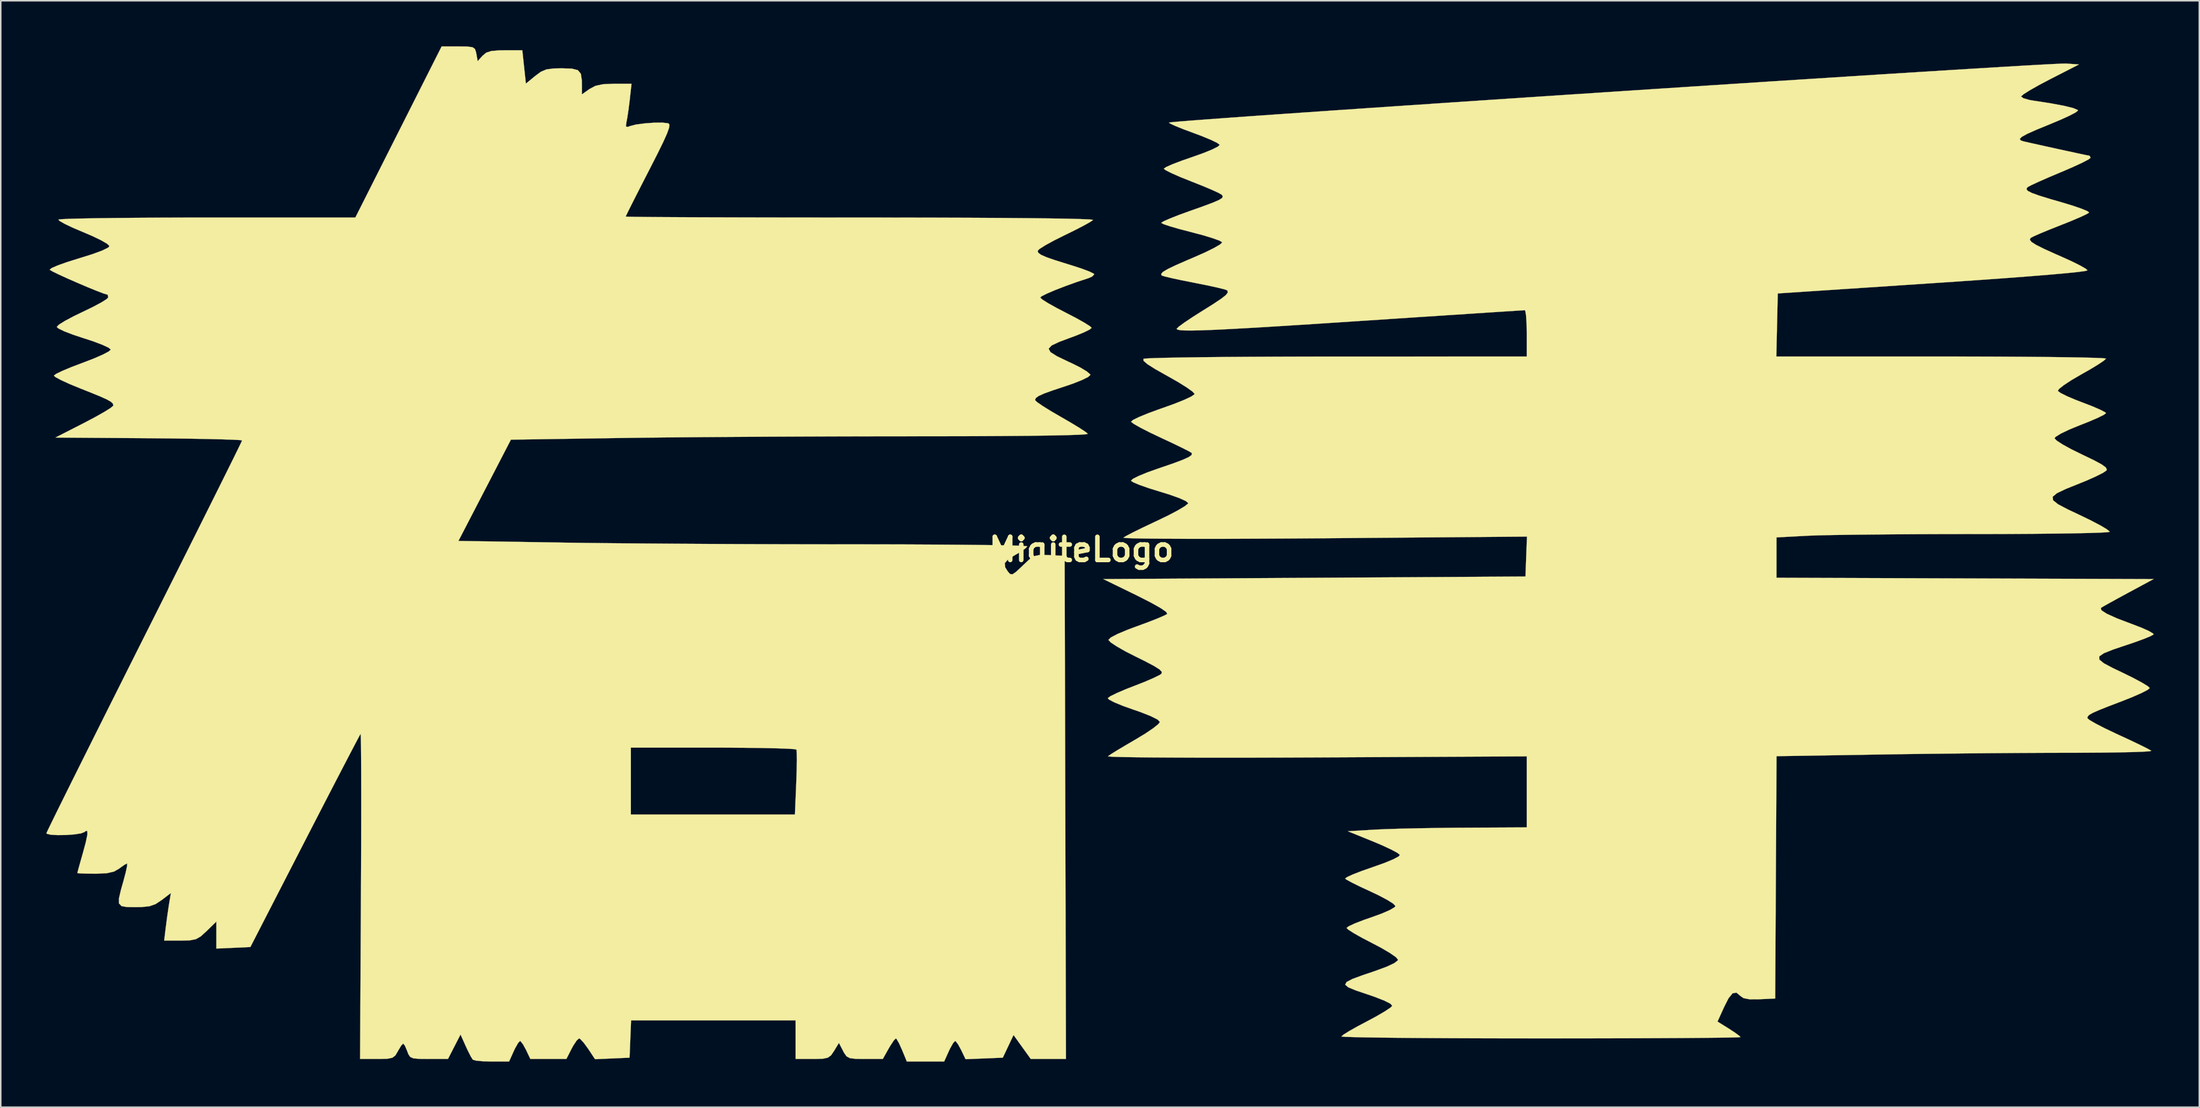
<source format=kicad_pcb>
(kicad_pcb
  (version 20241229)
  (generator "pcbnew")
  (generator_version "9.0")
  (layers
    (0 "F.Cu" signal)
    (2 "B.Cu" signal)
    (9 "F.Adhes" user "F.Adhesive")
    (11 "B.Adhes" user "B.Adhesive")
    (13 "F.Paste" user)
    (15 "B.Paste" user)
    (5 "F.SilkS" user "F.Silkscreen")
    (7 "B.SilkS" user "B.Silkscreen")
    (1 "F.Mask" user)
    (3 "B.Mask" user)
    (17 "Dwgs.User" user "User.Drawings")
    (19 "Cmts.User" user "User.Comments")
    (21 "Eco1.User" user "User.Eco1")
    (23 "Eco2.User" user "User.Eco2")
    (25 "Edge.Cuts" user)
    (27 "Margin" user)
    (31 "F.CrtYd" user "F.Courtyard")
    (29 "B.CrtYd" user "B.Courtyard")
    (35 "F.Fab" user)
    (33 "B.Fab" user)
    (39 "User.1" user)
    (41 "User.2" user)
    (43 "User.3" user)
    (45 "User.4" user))
  (footprint "MigiteLogo"
    (layer "F.Cu")
    (at 68.077 33.11)
    (property "Reference" "MigiteLogo" (at 0 0 0) (layer "F.SilkS") (effects (font (size 1.524 1.524) (thickness 0.3))))
    (attr through_hole)
    (fp_poly (pts (xy -40.388 -33.097) (xy -40.051 -33.053) (xy -39.887 -32.938) (xy -39.813 -32.717) (xy -39.795 -32.62) (xy -39.709 -32.136) (xy -39.386 -32.493) (xy -39.147 -32.693) (xy -38.818 -32.802) (xy -38.302 -32.846) (xy -37.918 -32.851) (xy -36.772 -32.851) (xy -36.655 -31.754) (xy -36.537 -30.657) (xy -35.925 -31.161) (xy -35.547 -31.44) (xy -35.186 -31.592) (xy -34.716 -31.655) (xy -34.185 -31.665) (xy -33.518 -31.645) (xy -33.12 -31.544) (xy -32.922 -31.305) (xy -32.856 -30.87) (xy -32.851 -30.539) (xy -32.851 -29.949) (xy -32.359 -30.299) (xy -31.966 -30.509) (xy -31.466 -30.618) (xy -30.747 -30.649) (xy -30.728 -30.649) (xy -29.59 -30.649) (xy -29.706 -29.591) (xy -29.785 -28.957) (xy -29.868 -28.406) (xy -29.923 -28.124) (xy -29.961 -27.839) (xy -29.83 -27.808) (xy -29.701 -27.86) (xy -29.322 -27.96) (xy -28.753 -28.038) (xy -28.122 -28.085) (xy -27.555 -28.091) (xy -27.181 -28.048) (xy -27.158 -28.04) (xy -27.094 -27.951) (xy -27.121 -27.74) (xy -27.252 -27.373) (xy -27.503 -26.814) (xy -27.888 -26.029) (xy -28.421 -24.983) (xy -28.435 -24.956) (xy -28.905 -24.041) (xy -29.317 -23.232) (xy -29.647 -22.578) (xy -29.873 -22.123) (xy -29.97 -21.915) (xy -29.972 -21.908) (xy -29.807 -21.899) (xy -29.326 -21.89) (xy -28.555 -21.881) (xy -27.516 -21.873) (xy -26.234 -21.866) (xy -24.731 -21.86) (xy -23.033 -21.855) (xy -21.162 -21.85) (xy -19.143 -21.847) (xy -16.998 -21.845) (xy -14.753 -21.844) (xy -14.553 -21.844) (xy -11.894 -21.842) (xy -9.45 -21.837) (xy -7.235 -21.829) (xy -5.261 -21.818) (xy -3.543 -21.804) (xy -2.092 -21.787) (xy -0.923 -21.767) (xy -0.05 -21.745) (xy 0.516 -21.721) (xy 0.76 -21.694) (xy 0.769 -21.686) (xy 0.586 -21.555) (xy 0.16 -21.316) (xy -0.444 -21.004) (xy -1.103 -20.681) (xy -1.802 -20.332) (xy -2.371 -20.02) (xy -2.75 -19.779) (xy -2.879 -19.649) (xy -2.831 -19.524) (xy -2.658 -19.395) (xy -2.311 -19.241) (xy -1.744 -19.043) (xy -0.91 -18.781) (xy -0.635 -18.697) (xy 0.015 -18.486) (xy 0.519 -18.296) (xy 0.807 -18.154) (xy 0.847 -18.11) (xy 0.706 -17.96) (xy 0.466 -17.854) (xy -0.277 -17.611) (xy -1.025 -17.342) (xy -1.71 -17.077) (xy -2.263 -16.841) (xy -2.617 -16.662) (xy -2.709 -16.58) (xy -2.567 -16.448) (xy -2.181 -16.205) (xy -1.612 -15.888) (xy -1.016 -15.579) (xy -0.338 -15.226) (xy 0.21 -14.918) (xy 0.568 -14.69) (xy 0.677 -14.584) (xy 0.529 -14.464) (xy 0.135 -14.272) (xy -0.43 -14.044) (xy -0.635 -13.969) (xy -1.454 -13.664) (xy -1.96 -13.424) (xy -2.153 -13.212) (xy -2.033 -12.988) (xy -1.601 -12.716) (xy -0.856 -12.358) (xy -0.649 -12.264) (xy -0.071 -11.976) (xy 0.364 -11.713) (xy 0.581 -11.522) (xy 0.593 -11.488) (xy 0.442 -11.35) (xy 0.034 -11.148) (xy -0.563 -10.912) (xy -1.016 -10.757) (xy -1.876 -10.473) (xy -2.46 -10.261) (xy -2.817 -10.099) (xy -2.997 -9.964) (xy -3.048 -9.835) (xy -3.048 -9.829) (xy -2.909 -9.695) (xy -2.533 -9.436) (xy -1.977 -9.091) (xy -1.361 -8.733) (xy -0.681 -8.339) (xy -0.113 -7.993) (xy 0.278 -7.736) (xy 0.427 -7.614) (xy 0.282 -7.58) (xy -0.194 -7.549) (xy -0.989 -7.523) (xy -2.097 -7.5) (xy -3.507 -7.481) (xy -5.21 -7.467) (xy -7.198 -7.457) (xy -9.461 -7.452) (xy -11.138 -7.451) (xy -13.362 -7.449) (xy -15.691 -7.444) (xy -18.069 -7.435) (xy -20.44 -7.424) (xy -22.748 -7.41) (xy -24.939 -7.395) (xy -26.955 -7.377) (xy -28.741 -7.358) (xy -30.163 -7.339) (xy -37.522 -7.227) (xy -39.247 -3.895) (xy -40.973 -0.563) (xy -33.991 -0.451) (xy -32.551 -0.431) (xy -30.827 -0.412) (xy -28.871 -0.395) (xy -26.739 -0.379) (xy -24.482 -0.365) (xy -22.156 -0.354) (xy -19.814 -0.346) (xy -17.509 -0.341) (xy -15.296 -0.339) (xy -15.282 -0.339) (xy -13.323 -0.337) (xy -11.467 -0.332) (xy -9.74 -0.323) (xy -8.171 -0.312) (xy -6.785 -0.298) (xy -5.611 -0.282) (xy -4.676 -0.264) (xy -4.007 -0.244) (xy -3.63 -0.223) (xy -3.556 -0.208) (xy -3.692 -0.06) (xy -4.04 0.178) (xy -4.318 0.339) (xy -4.819 0.645) (xy -5.038 0.9) (xy -5.009 1.176) (xy -4.837 1.449) (xy -4.689 1.616) (xy -4.536 1.636) (xy -4.304 1.479) (xy -3.917 1.117) (xy -3.847 1.049) (xy -3.419 0.648) (xy -3.094 0.435) (xy -2.737 0.359) (xy -2.213 0.366) (xy -2.101 0.372) (xy -1.101 0.423) (xy -1.058 16.976) (xy -1.014 33.528) (xy -3.329 33.528) (xy -3.896 32.739) (xy -4.462 31.951) (xy -5.168 33.443) (xy -6.393 33.493) (xy -7.618 33.543) (xy -7.905 32.943) (xy -8.112 32.561) (xy -8.275 32.355) (xy -8.303 32.343) (xy -8.434 32.482) (xy -8.633 32.834) (xy -8.721 33.02) (xy -9.026 33.697) (xy -11.481 33.697) (xy -11.794 32.936) (xy -11.994 32.494) (xy -12.152 32.219) (xy -12.203 32.174) (xy -12.335 32.307) (xy -12.56 32.646) (xy -12.68 32.851) (xy -13.06 33.528) (xy -14.23 33.528) (xy -14.85 33.52) (xy -15.224 33.474) (xy -15.444 33.356) (xy -15.604 33.132) (xy -15.674 33) (xy -15.947 32.471) (xy -16.268 33) (xy -16.463 33.285) (xy -16.676 33.443) (xy -17.007 33.512) (xy -17.557 33.528) (xy -17.693 33.528) (xy -18.796 33.528) (xy -18.796 30.988) (xy -29.618 30.988) (xy -29.668 32.216) (xy -29.718 33.443) (xy -30.854 33.493) (xy -31.989 33.543) (xy -32.442 32.858) (xy -32.734 32.459) (xy -32.966 32.212) (xy -33.039 32.173) (xy -33.195 32.311) (xy -33.423 32.657) (xy -33.528 32.851) (xy -33.874 33.528) (xy -36.243 33.528) (xy -36.525 32.935) (xy -36.732 32.557) (xy -36.894 32.354) (xy -36.92 32.343) (xy -37.051 32.482) (xy -37.25 32.834) (xy -37.338 33.02) (xy -37.643 33.697) (xy -38.775 33.697) (xy -39.367 33.68) (xy -39.819 33.636) (xy -40.027 33.576) (xy -40.163 33.361) (xy -40.371 32.949) (xy -40.492 32.687) (xy -40.836 31.919) (xy -41.249 32.724) (xy -41.662 33.528) (xy -42.913 33.528) (xy -43.555 33.522) (xy -43.94 33.486) (xy -44.152 33.389) (xy -44.272 33.203) (xy -44.34 33.02) (xy -44.487 32.669) (xy -44.602 32.513) (xy -44.606 32.512) (xy -44.736 32.646) (xy -44.934 32.974) (xy -44.958 33.02) (xy -45.12 33.293) (xy -45.313 33.445) (xy -45.633 33.512) (xy -46.174 33.528) (xy -46.332 33.528) (xy -47.443 33.528) (xy -47.386 22.789) (xy -47.377 20.92) (xy -47.371 19.155) (xy -47.368 17.525) (xy -47.368 16.058) (xy -47.37 14.78) (xy -47.375 13.721) (xy -47.381 13.039) (xy -29.633 13.039) (xy -29.633 17.441) (xy -18.842 17.441) (xy -18.754 15.367) (xy -18.726 14.559) (xy -18.714 13.877) (xy -18.719 13.39) (xy -18.74 13.168) (xy -18.741 13.166) (xy -18.923 13.135) (xy -19.402 13.107) (xy -20.138 13.082) (xy -21.09 13.062) (xy -22.217 13.048) (xy -23.479 13.04) (xy -24.225 13.039) (xy -29.633 13.039) (xy -47.381 13.039) (xy -47.382 12.909) (xy -47.392 12.372) (xy -47.405 12.138) (xy -47.408 12.131) (xy -47.5 12.293) (xy -47.73 12.727) (xy -48.083 13.401) (xy -48.544 14.287) (xy -49.098 15.354) (xy -49.727 16.571) (xy -50.417 17.91) (xy -51.074 19.186) (xy -54.659 26.162) (xy -55.778 26.212) (xy -56.896 26.262) (xy -56.896 25.373) (xy -56.896 24.485) (xy -57.538 25.112) (xy -57.918 25.458) (xy -58.242 25.645) (xy -58.64 25.723) (xy -59.244 25.739) (xy -59.255 25.739) (xy -60.329 25.739) (xy -60.221 24.85) (xy -60.133 24.176) (xy -60.036 23.511) (xy -60 23.283) (xy -59.886 22.606) (xy -60.496 23.072) (xy -60.895 23.336) (xy -61.295 23.477) (xy -61.828 23.532) (xy -62.219 23.537) (xy -62.784 23.53) (xy -63.135 23.468) (xy -63.299 23.294) (xy -63.301 22.951) (xy -63.168 22.38) (xy -63.004 21.801) (xy -62.855 21.24) (xy -62.769 20.832) (xy -62.762 20.66) (xy -62.766 20.659) (xy -62.946 20.753) (xy -63.264 20.981) (xy -63.284 20.997) (xy -63.626 21.195) (xy -64.081 21.301) (xy -64.753 21.335) (xy -64.878 21.336) (xy -65.456 21.33) (xy -65.872 21.315) (xy -66.04 21.294) (xy -66.04 21.293) (xy -65.997 21.122) (xy -65.884 20.71) (xy -65.723 20.142) (xy -65.701 20.066) (xy -65.485 19.266) (xy -65.379 18.76) (xy -65.383 18.522) (xy -65.494 18.529) (xy -65.566 18.593) (xy -65.804 18.684) (xy -66.246 18.751) (xy -66.791 18.79) (xy -67.34 18.797) (xy -67.792 18.771) (xy -68.047 18.707) (xy -68.072 18.671) (xy -67.998 18.505) (xy -67.782 18.058) (xy -67.437 17.353) (xy -66.972 16.412) (xy -66.4 15.258) (xy -65.73 13.913) (xy -64.975 12.4) (xy -64.146 10.739) (xy -63.252 8.955) (xy -62.307 7.068) (xy -61.637 5.735) (xy -60.662 3.793) (xy -59.732 1.938) (xy -58.858 0.192) (xy -58.051 -1.422) (xy -57.322 -2.883) (xy -56.682 -4.167) (xy -56.143 -5.252) (xy -55.715 -6.117) (xy -55.41 -6.74) (xy -55.238 -7.097) (xy -55.203 -7.177) (xy -55.366 -7.201) (xy -55.83 -7.225) (xy -56.557 -7.249) (xy -57.51 -7.272) (xy -58.652 -7.292) (xy -59.943 -7.309) (xy -61.341 -7.322) (xy -67.479 -7.366) (xy -65.574 -8.341) (xy -64.854 -8.722) (xy -64.258 -9.059) (xy -63.845 -9.318) (xy -63.671 -9.466) (xy -63.669 -9.474) (xy -63.702 -9.596) (xy -63.832 -9.722) (xy -64.107 -9.878) (xy -64.575 -10.087) (xy -65.284 -10.376) (xy -65.836 -10.594) (xy -66.538 -10.883) (xy -67.106 -11.143) (xy -67.475 -11.342) (xy -67.585 -11.441) (xy -67.434 -11.557) (xy -67.026 -11.755) (xy -66.423 -12.007) (xy -65.711 -12.277) (xy -64.979 -12.558) (xy -64.381 -12.818) (xy -63.98 -13.027) (xy -63.839 -13.155) (xy -63.991 -13.282) (xy -64.403 -13.474) (xy -65.008 -13.702) (xy -65.617 -13.901) (xy -66.334 -14.139) (xy -66.913 -14.363) (xy -67.287 -14.546) (xy -67.395 -14.649) (xy -67.25 -14.797) (xy -66.857 -15.043) (xy -66.28 -15.351) (xy -65.701 -15.63) (xy -65.018 -15.96) (xy -64.467 -16.255) (xy -64.111 -16.479) (xy -64.008 -16.587) (xy -64.04 -16.761) (xy -64.05 -16.767) (xy -64.289 -16.836) (xy -64.745 -17.009) (xy -65.344 -17.253) (xy -66.01 -17.536) (xy -66.669 -17.825) (xy -67.246 -18.088) (xy -67.667 -18.293) (xy -67.856 -18.407) (xy -67.86 -18.413) (xy -67.729 -18.521) (xy -67.331 -18.694) (xy -66.728 -18.91) (xy -65.978 -19.145) (xy -65.919 -19.163) (xy -65.058 -19.432) (xy -64.412 -19.67) (xy -64.023 -19.86) (xy -63.923 -19.965) (xy -64.071 -20.112) (xy -64.471 -20.345) (xy -65.06 -20.629) (xy -65.647 -20.88) (xy -66.332 -21.171) (xy -66.872 -21.428) (xy -67.208 -21.621) (xy -67.288 -21.711) (xy -67.108 -21.735) (xy -66.62 -21.758) (xy -65.853 -21.779) (xy -64.839 -21.798) (xy -63.607 -21.814) (xy -62.188 -21.827) (xy -60.612 -21.837) (xy -58.909 -21.843) (xy -57.481 -21.844) (xy -47.756 -21.844) (xy -44.918 -27.474) (xy -42.079 -33.105) (xy -40.98 -33.105) (xy -40.388 -33.097)) (stroke (width 0.01) (type solid)) (fill yes) (layer "F.SilkS"))
    (fp_poly (pts (xy 64.77 -31.977) (xy 65.617 -31.919) (xy 63.712 -30.944) (xy 62.991 -30.564) (xy 62.396 -30.227) (xy 61.982 -29.967) (xy 61.809 -29.82) (xy 61.807 -29.812) (xy 61.958 -29.698) (xy 62.343 -29.586) (xy 62.611 -29.539) (xy 63.739 -29.365) (xy 64.617 -29.201) (xy 65.22 -29.054) (xy 65.521 -28.93) (xy 65.552 -28.885) (xy 65.405 -28.765) (xy 65.005 -28.553) (xy 64.413 -28.282) (xy 63.732 -27.997) (xy 62.821 -27.623) (xy 62.2 -27.345) (xy 61.842 -27.146) (xy 61.719 -27.007) (xy 61.804 -26.909) (xy 61.994 -26.851) (xy 62.621 -26.71) (xy 63.364 -26.545) (xy 64.149 -26.372) (xy 64.907 -26.207) (xy 65.566 -26.064) (xy 66.054 -25.96) (xy 66.301 -25.91) (xy 66.317 -25.908) (xy 66.379 -25.782) (xy 66.379 -25.773) (xy 66.231 -25.661) (xy 65.829 -25.452) (xy 65.23 -25.174) (xy 64.494 -24.856) (xy 64.389 -24.813) (xy 63.621 -24.488) (xy 62.963 -24.199) (xy 62.48 -23.975) (xy 62.24 -23.846) (xy 62.231 -23.84) (xy 62.16 -23.725) (xy 62.239 -23.606) (xy 62.507 -23.466) (xy 63.001 -23.288) (xy 63.76 -23.054) (xy 64.453 -22.854) (xy 65.191 -22.631) (xy 65.783 -22.427) (xy 66.169 -22.267) (xy 66.287 -22.172) (xy 66.105 -22.06) (xy 65.672 -21.859) (xy 65.055 -21.598) (xy 64.386 -21.331) (xy 63.654 -21.04) (xy 63.037 -20.785) (xy 62.607 -20.593) (xy 62.434 -20.499) (xy 62.385 -20.383) (xy 62.494 -20.238) (xy 62.799 -20.043) (xy 63.335 -19.775) (xy 64.139 -19.412) (xy 64.44 -19.281) (xy 65.132 -18.967) (xy 65.696 -18.687) (xy 66.066 -18.474) (xy 66.179 -18.373) (xy 66.021 -18.325) (xy 65.538 -18.26) (xy 64.745 -18.179) (xy 63.655 -18.082) (xy 62.283 -17.971) (xy 60.641 -17.847) (xy 58.745 -17.712) (xy 56.607 -17.566) (xy 56.01 -17.526) (xy 45.805 -16.849) (xy 45.757 -14.774) (xy 45.71 -12.7) (xy 56.552 -12.7) (xy 58.434 -12.698) (xy 60.212 -12.692) (xy 61.859 -12.682) (xy 63.345 -12.669) (xy 64.642 -12.653) (xy 65.723 -12.635) (xy 66.558 -12.614) (xy 67.12 -12.592) (xy 67.38 -12.568) (xy 67.395 -12.56) (xy 67.255 -12.427) (xy 66.878 -12.173) (xy 66.324 -11.837) (xy 65.778 -11.528) (xy 65.13 -11.15) (xy 64.618 -10.813) (xy 64.3 -10.559) (xy 64.225 -10.439) (xy 64.403 -10.301) (xy 64.828 -10.088) (xy 65.429 -9.834) (xy 65.842 -9.676) (xy 66.503 -9.421) (xy 67.024 -9.195) (xy 67.336 -9.03) (xy 67.395 -8.971) (xy 67.246 -8.859) (xy 66.845 -8.66) (xy 66.256 -8.407) (xy 65.701 -8.188) (xy 64.984 -7.894) (xy 64.425 -7.627) (xy 64.085 -7.416) (xy 64.008 -7.318) (xy 64.153 -7.163) (xy 64.547 -6.908) (xy 65.129 -6.589) (xy 65.806 -6.256) (xy 66.592 -5.878) (xy 67.103 -5.603) (xy 67.376 -5.405) (xy 67.449 -5.26) (xy 67.419 -5.194) (xy 67.19 -5.04) (xy 66.721 -4.804) (xy 66.09 -4.524) (xy 65.633 -4.338) (xy 64.748 -3.981) (xy 64.166 -3.704) (xy 63.887 -3.47) (xy 63.912 -3.24) (xy 64.241 -2.976) (xy 64.877 -2.641) (xy 65.677 -2.263) (xy 66.422 -1.901) (xy 67.032 -1.58) (xy 67.454 -1.329) (xy 67.633 -1.179) (xy 67.634 -1.161) (xy 67.452 -1.133) (xy 66.963 -1.107) (xy 66.2 -1.083) (xy 65.193 -1.062) (xy 63.974 -1.045) (xy 62.576 -1.031) (xy 61.03 -1.021) (xy 59.367 -1.016) (xy 58.691 -1.016) (xy 56.91 -1.014) (xy 55.168 -1.008) (xy 53.506 -0.998) (xy 51.965 -0.985) (xy 50.589 -0.969) (xy 49.418 -0.951) (xy 48.494 -0.931) (xy 47.859 -0.909) (xy 47.779 -0.905) (xy 45.72 -0.795) (xy 45.72 1.86) (xy 58.124 1.904) (xy 70.527 1.947) (xy 68.834 2.859) (xy 68.152 3.229) (xy 67.586 3.541) (xy 67.199 3.759) (xy 67.056 3.847) (xy 67.092 4) (xy 67.447 4.229) (xy 68.109 4.529) (xy 69.069 4.895) (xy 69.09 4.902) (xy 69.734 5.149) (xy 70.223 5.369) (xy 70.495 5.532) (xy 70.527 5.589) (xy 70.338 5.698) (xy 69.899 5.88) (xy 69.282 6.106) (xy 68.79 6.272) (xy 67.862 6.584) (xy 67.252 6.827) (xy 66.951 7.036) (xy 66.956 7.246) (xy 67.259 7.492) (xy 67.855 7.807) (xy 68.473 8.102) (xy 69.177 8.448) (xy 69.753 8.756) (xy 70.138 8.992) (xy 70.273 9.12) (xy 70.124 9.243) (xy 69.72 9.45) (xy 69.123 9.713) (xy 68.453 9.979) (xy 67.553 10.323) (xy 66.924 10.574) (xy 66.518 10.754) (xy 66.288 10.888) (xy 66.187 10.998) (xy 66.167 11.097) (xy 66.314 11.224) (xy 66.714 11.456) (xy 67.309 11.763) (xy 68.043 12.113) (xy 68.213 12.192) (xy 68.98 12.547) (xy 69.635 12.86) (xy 70.116 13.1) (xy 70.361 13.238) (xy 70.377 13.25) (xy 70.244 13.281) (xy 69.812 13.309) (xy 69.118 13.333) (xy 68.201 13.353) (xy 67.1 13.368) (xy 65.853 13.376) (xy 64.995 13.377) (xy 63.489 13.381) (xy 61.729 13.39) (xy 59.803 13.404) (xy 57.795 13.423) (xy 55.792 13.445) (xy 53.879 13.47) (xy 52.607 13.49) (xy 45.723 13.602) (xy 45.635 29.549) (xy 44.604 29.598) (xy 43.949 29.602) (xy 43.551 29.525) (xy 43.355 29.387) (xy 43.087 29.164) (xy 42.836 29.205) (xy 42.568 29.532) (xy 42.282 30.096) (xy 41.842 31.067) (xy 42.596 31.536) (xy 43.019 31.814) (xy 43.293 32.022) (xy 43.349 32.089) (xy 43.184 32.102) (xy 42.706 32.115) (xy 41.941 32.127) (xy 40.915 32.138) (xy 39.653 32.148) (xy 38.18 32.156) (xy 36.524 32.163) (xy 34.71 32.168) (xy 32.762 32.172) (xy 30.708 32.173) (xy 30.226 32.173) (xy 28.151 32.172) (xy 26.177 32.167) (xy 24.33 32.16) (xy 22.635 32.15) (xy 21.119 32.138) (xy 19.806 32.123) (xy 18.724 32.107) (xy 17.896 32.09) (xy 17.351 32.071) (xy 17.112 32.051) (xy 17.103 32.046) (xy 17.245 31.922) (xy 17.627 31.684) (xy 18.19 31.367) (xy 18.747 31.073) (xy 19.42 30.711) (xy 19.971 30.388) (xy 20.336 30.143) (xy 20.449 30.028) (xy 20.322 29.889) (xy 19.912 29.682) (xy 19.261 29.429) (xy 18.797 29.27) (xy 18.037 29.013) (xy 17.552 28.812) (xy 17.351 28.637) (xy 17.442 28.463) (xy 17.833 28.26) (xy 18.533 28.002) (xy 19.244 27.763) (xy 20.042 27.472) (xy 20.576 27.225) (xy 20.817 27.035) (xy 20.828 26.996) (xy 20.685 26.827) (xy 20.294 26.554) (xy 19.717 26.214) (xy 19.135 25.908) (xy 18.457 25.555) (xy 17.908 25.245) (xy 17.55 25.013) (xy 17.441 24.904) (xy 17.592 24.79) (xy 17.996 24.603) (xy 18.587 24.375) (xy 19.05 24.215) (xy 19.748 23.962) (xy 20.287 23.727) (xy 20.603 23.54) (xy 20.659 23.463) (xy 20.513 23.309) (xy 20.121 23.061) (xy 19.547 22.757) (xy 19.043 22.518) (xy 18.367 22.204) (xy 17.814 21.932) (xy 17.452 21.736) (xy 17.348 21.661) (xy 17.467 21.562) (xy 17.849 21.385) (xy 18.434 21.158) (xy 19.142 20.91) (xy 19.919 20.634) (xy 20.511 20.39) (xy 20.868 20.199) (xy 20.951 20.097) (xy 20.777 19.959) (xy 20.355 19.734) (xy 19.753 19.455) (xy 19.207 19.225) (xy 17.526 18.542) (xy 19.304 18.436) (xy 20 18.404) (xy 20.958 18.374) (xy 22.101 18.348) (xy 23.352 18.327) (xy 24.634 18.312) (xy 25.188 18.309) (xy 29.295 18.288) (xy 29.295 13.614) (xy 15.452 13.684) (xy 13.305 13.693) (xy 11.267 13.699) (xy 9.362 13.7) (xy 7.613 13.699) (xy 6.046 13.693) (xy 4.683 13.685) (xy 3.551 13.673) (xy 2.673 13.658) (xy 2.073 13.641) (xy 1.776 13.62) (xy 1.748 13.61) (xy 1.945 13.471) (xy 2.37 13.206) (xy 2.958 12.855) (xy 3.526 12.524) (xy 4.184 12.127) (xy 4.716 11.768) (xy 5.062 11.491) (xy 5.165 11.351) (xy 5.006 11.189) (xy 4.554 10.962) (xy 3.844 10.684) (xy 3.421 10.538) (xy 2.72 10.288) (xy 2.165 10.059) (xy 1.819 9.878) (xy 1.734 9.784) (xy 1.907 9.656) (xy 2.33 9.448) (xy 2.932 9.19) (xy 3.429 8.997) (xy 4.135 8.72) (xy 4.732 8.463) (xy 5.14 8.263) (xy 5.269 8.177) (xy 5.293 8.056) (xy 5.133 7.888) (xy 4.751 7.65) (xy 4.114 7.316) (xy 3.626 7.076) (xy 2.912 6.713) (xy 2.327 6.38) (xy 1.929 6.115) (xy 1.778 5.953) (xy 1.778 5.951) (xy 1.934 5.793) (xy 2.374 5.561) (xy 3.059 5.273) (xy 3.635 5.059) (xy 4.383 4.784) (xy 5.016 4.536) (xy 5.463 4.343) (xy 5.651 4.238) (xy 5.571 4.102) (xy 5.204 3.849) (xy 4.571 3.494) (xy 3.699 3.05) (xy 3.624 3.013) (xy 1.439 1.947) (xy 15.325 1.863) (xy 29.21 1.778) (xy 29.259 0.465) (xy 29.309 -0.848) (xy 15.967 -0.739) (xy 13.778 -0.723) (xy 11.723 -0.712) (xy 9.822 -0.704) (xy 8.1 -0.702) (xy 6.577 -0.704) (xy 5.278 -0.71) (xy 4.224 -0.72) (xy 3.439 -0.734) (xy 2.944 -0.753) (xy 2.762 -0.775) (xy 2.763 -0.778) (xy 2.961 -0.9) (xy 3.406 -1.132) (xy 4.036 -1.442) (xy 4.789 -1.799) (xy 4.964 -1.881) (xy 5.723 -2.247) (xy 6.357 -2.582) (xy 6.807 -2.852) (xy 7.019 -3.025) (xy 7.027 -3.049) (xy 6.871 -3.186) (xy 6.437 -3.383) (xy 5.774 -3.619) (xy 5.174 -3.803) (xy 4.433 -4.034) (xy 3.821 -4.249) (xy 3.408 -4.424) (xy 3.261 -4.526) (xy 3.387 -4.648) (xy 3.775 -4.843) (xy 4.363 -5.083) (xy 5.029 -5.32) (xy 5.98 -5.645) (xy 6.642 -5.892) (xy 7.053 -6.076) (xy 7.249 -6.217) (xy 7.266 -6.33) (xy 7.24 -6.363) (xy 7.049 -6.475) (xy 6.613 -6.696) (xy 5.997 -6.994) (xy 5.263 -7.338) (xy 5.224 -7.356) (xy 4.491 -7.705) (xy 3.88 -8.018) (xy 3.451 -8.262) (xy 3.267 -8.403) (xy 3.265 -8.407) (xy 3.394 -8.523) (xy 3.788 -8.717) (xy 4.39 -8.965) (xy 5.143 -9.241) (xy 5.329 -9.305) (xy 6.114 -9.587) (xy 6.768 -9.85) (xy 7.231 -10.068) (xy 7.443 -10.215) (xy 7.451 -10.234) (xy 7.31 -10.391) (xy 6.927 -10.665) (xy 6.36 -11.019) (xy 5.667 -11.413) (xy 5.653 -11.421) (xy 4.848 -11.875) (xy 4.332 -12.203) (xy 4.084 -12.422) (xy 4.082 -12.545) (xy 4.086 -12.548) (xy 4.29 -12.572) (xy 4.804 -12.595) (xy 5.604 -12.616) (xy 6.661 -12.635) (xy 7.948 -12.653) (xy 9.439 -12.668) (xy 11.106 -12.68) (xy 12.922 -12.689) (xy 14.861 -12.695) (xy 16.806 -12.697) (xy 29.295 -12.7) (xy 29.295 -14.224) (xy 29.282 -14.895) (xy 29.247 -15.415) (xy 29.196 -15.709) (xy 29.168 -15.747) (xy 28.98 -15.736) (xy 28.485 -15.704) (xy 27.71 -15.654) (xy 26.687 -15.588) (xy 25.443 -15.506) (xy 24.01 -15.412) (xy 22.415 -15.308) (xy 20.69 -15.194) (xy 18.863 -15.073) (xy 18.809 -15.07) (xy 16.397 -14.911) (xy 14.302 -14.776) (xy 12.504 -14.664) (xy 10.981 -14.573) (xy 9.714 -14.503) (xy 8.682 -14.453) (xy 7.864 -14.422) (xy 7.24 -14.409) (xy 6.788 -14.413) (xy 6.489 -14.433) (xy 6.322 -14.469) (xy 6.266 -14.519) (xy 6.265 -14.524) (xy 6.401 -14.66) (xy 6.768 -14.93) (xy 7.31 -15.292) (xy 7.883 -15.656) (xy 8.664 -16.145) (xy 9.19 -16.496) (xy 9.498 -16.738) (xy 9.627 -16.904) (xy 9.613 -17.023) (xy 9.585 -17.057) (xy 9.389 -17.125) (xy 8.927 -17.239) (xy 8.267 -17.383) (xy 7.477 -17.541) (xy 7.426 -17.551) (xy 6.631 -17.708) (xy 5.964 -17.851) (xy 5.491 -17.964) (xy 5.28 -18.032) (xy 5.277 -18.034) (xy 5.248 -18.138) (xy 5.373 -18.273) (xy 5.69 -18.461) (xy 6.236 -18.721) (xy 7.048 -19.076) (xy 7.413 -19.231) (xy 8.14 -19.553) (xy 8.729 -19.844) (xy 9.123 -20.073) (xy 9.265 -20.21) (xy 9.264 -20.214) (xy 9.085 -20.322) (xy 8.643 -20.484) (xy 8.004 -20.678) (xy 7.234 -20.882) (xy 7.227 -20.884) (xy 6.463 -21.083) (xy 5.837 -21.264) (xy 5.411 -21.407) (xy 5.249 -21.493) (xy 5.249 -21.494) (xy 5.399 -21.593) (xy 5.807 -21.774) (xy 6.409 -22.012) (xy 7.107 -22.266) (xy 8.022 -22.591) (xy 8.657 -22.829) (xy 9.054 -23.002) (xy 9.256 -23.13) (xy 9.302 -23.236) (xy 9.236 -23.34) (xy 9.227 -23.349) (xy 9.009 -23.473) (xy 8.545 -23.685) (xy 7.904 -23.953) (xy 7.239 -24.216) (xy 6.521 -24.504) (xy 5.936 -24.761) (xy 5.548 -24.957) (xy 5.419 -25.06) (xy 5.57 -25.166) (xy 5.98 -25.349) (xy 6.586 -25.581) (xy 7.29 -25.826) (xy 8.019 -26.085) (xy 8.604 -26.324) (xy 8.984 -26.516) (xy 9.1 -26.631) (xy 8.925 -26.761) (xy 8.498 -26.966) (xy 7.892 -27.216) (xy 7.399 -27.4) (xy 6.717 -27.653) (xy 6.174 -27.873) (xy 5.836 -28.032) (xy 5.757 -28.093) (xy 5.923 -28.117) (xy 6.405 -28.161) (xy 7.184 -28.223) (xy 8.239 -28.303) (xy 9.547 -28.399) (xy 11.089 -28.51) (xy 12.844 -28.633) (xy 14.791 -28.768) (xy 16.909 -28.914) (xy 19.176 -29.069) (xy 21.573 -29.231) (xy 24.078 -29.4) (xy 26.671 -29.574) (xy 29.33 -29.751) (xy 32.035 -29.93) (xy 34.764 -30.11) (xy 37.498 -30.29) (xy 40.214 -30.467) (xy 42.892 -30.641) (xy 45.512 -30.811) (xy 48.052 -30.974) (xy 50.491 -31.13) (xy 52.809 -31.278) (xy 54.985 -31.414) (xy 56.998 -31.54) (xy 58.826 -31.652) (xy 60.45 -31.75) (xy 61.847 -31.833) (xy 62.998 -31.898) (xy 63.882 -31.945) (xy 64.477 -31.972) (xy 64.762 -31.978) (xy 64.77 -31.977)) (stroke (width 0.01) (type solid)) (fill yes) (layer "F.SilkS")))
  (gr_rect
    (start -3 -3)
    (end 141.609 69.812)
    (stroke (width 0.1) (type default))
    (fill no)
    (layer "Edge.Cuts")))
</source>
